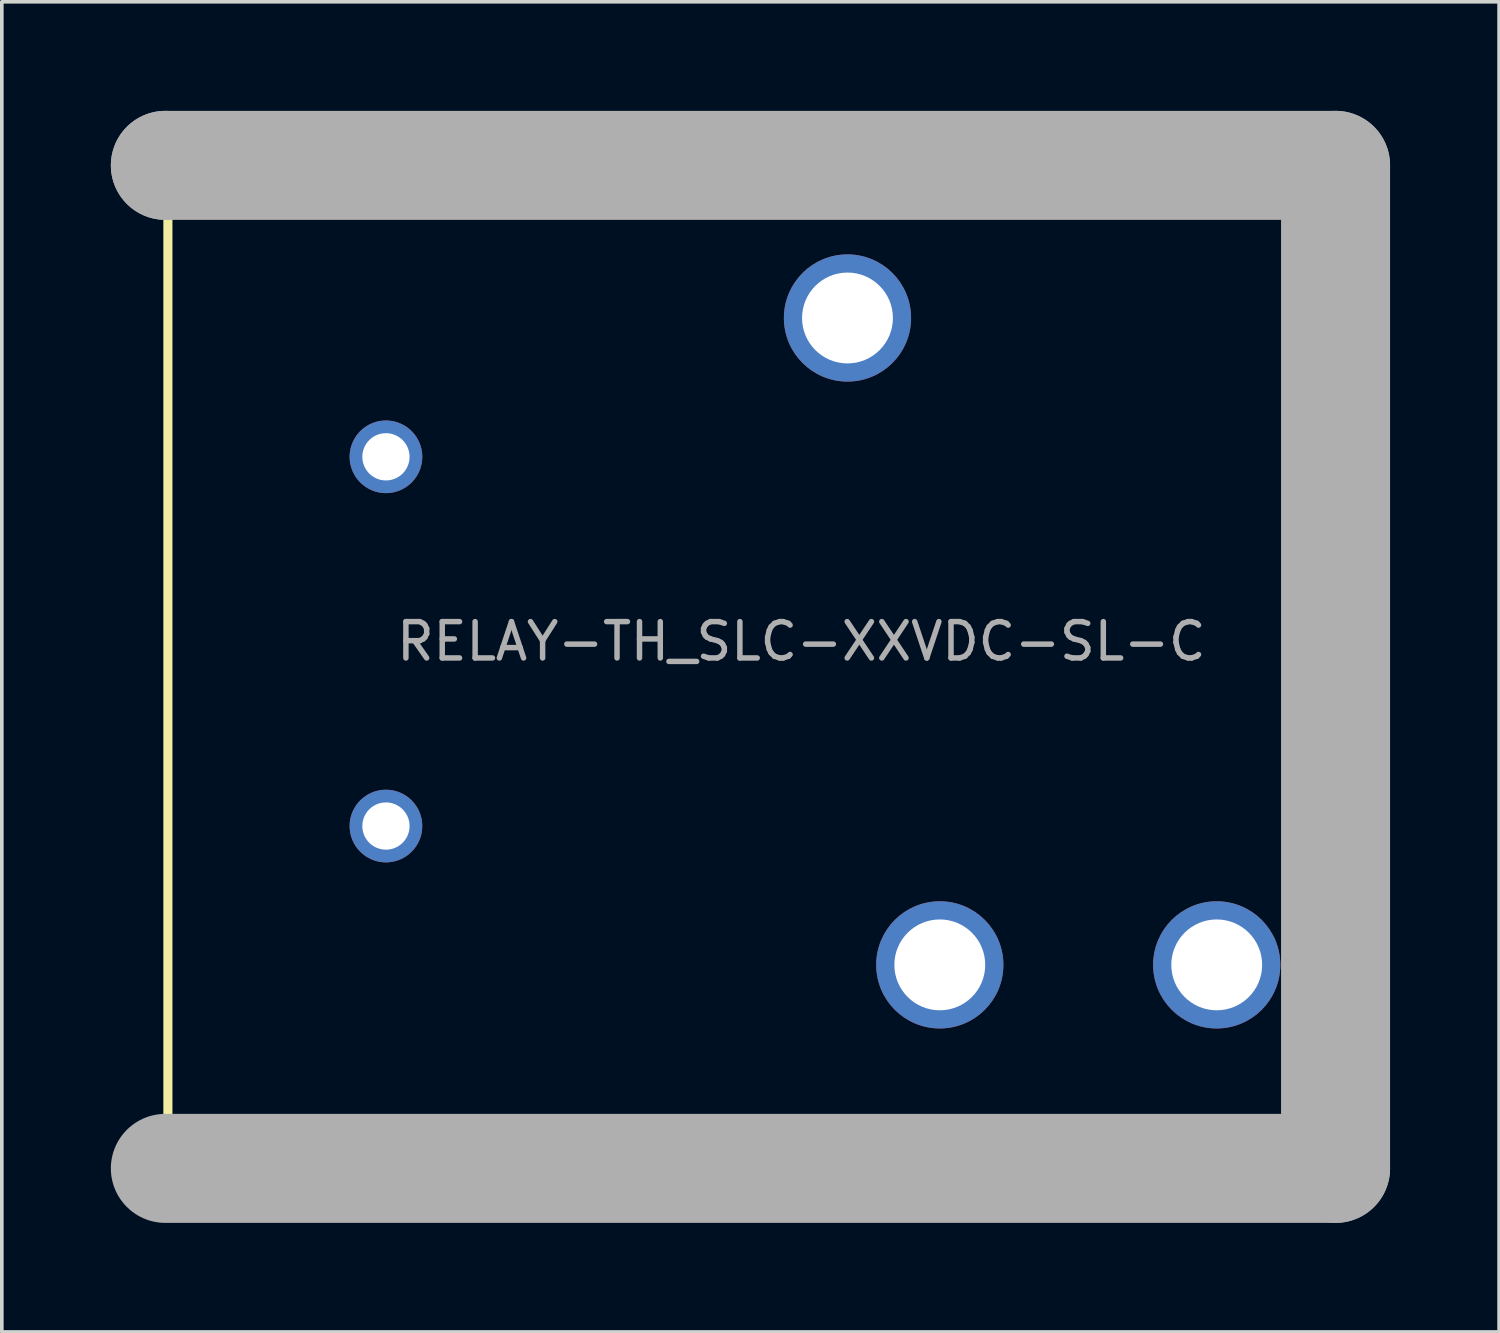
<source format=kicad_pcb>
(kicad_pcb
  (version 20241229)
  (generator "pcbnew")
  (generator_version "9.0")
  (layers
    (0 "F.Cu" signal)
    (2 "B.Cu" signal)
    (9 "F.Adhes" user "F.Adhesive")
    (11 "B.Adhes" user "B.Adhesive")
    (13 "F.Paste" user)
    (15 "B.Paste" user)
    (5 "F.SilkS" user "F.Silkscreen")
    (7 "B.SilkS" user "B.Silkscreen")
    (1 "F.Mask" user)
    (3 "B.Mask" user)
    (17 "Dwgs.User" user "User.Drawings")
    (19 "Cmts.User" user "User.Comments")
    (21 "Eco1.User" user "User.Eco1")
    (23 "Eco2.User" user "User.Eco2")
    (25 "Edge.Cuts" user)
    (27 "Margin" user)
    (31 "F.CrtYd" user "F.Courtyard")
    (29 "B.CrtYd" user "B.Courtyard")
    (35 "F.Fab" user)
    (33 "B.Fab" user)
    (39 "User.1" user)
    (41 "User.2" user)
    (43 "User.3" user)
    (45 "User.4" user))
  (footprint "RELAY-TH_SLC-XXVDC-SL-C"
    (layer "F.Cu")
    (at 19 14.6)
    (property "Reference" "RELAY-TH_SLC-XXVDC-SL-C" (at 0 -12.9 0) (layer "F.SilkS") (effects (font (size 1 1) (thickness 0.15))))
    (attr through_hole)
    (fp_line (start -17.43 13.8) (end -17.43 -12.4) (stroke (width 0.25) (type solid)) (layer "F.SilkS"))
    (fp_line (start 14.75 -12.4) (end 14.75 13.8) (stroke (width 0.25) (type solid)) (layer "F.SilkS"))
    (fp_line (start -17.5 -13.1) (end -17.5 -13.1) (stroke (width 3) (type solid)) (layer "F.Fab"))
    (fp_line (start -17.5 -13.1) (end 14.7 -13.1) (stroke (width 3) (type solid)) (layer "F.Fab"))
    (fp_line (start 14.7 -13.1) (end 14.7 14.5) (stroke (width 3) (type solid)) (layer "F.Fab"))
    (fp_line (start 14.7 14.5) (end -17.5 14.5) (stroke (width 3) (type solid)) (layer "F.Fab"))
    (fp_circle (center -17.63 14.63) (end -17.6 14.63) (stroke (width 0.06) (type solid)) (fill no) (layer "F.Fab"))
    (fp_circle (center -11.43 -5.08) (end -11.15 -5.08) (stroke (width 0.55) (type solid)) (fill no) (layer "F.Fab"))
    (fp_circle (center -11.43 5.08) (end -11.15 5.08) (stroke (width 0.55) (type solid)) (fill no) (layer "F.Fab"))
    (fp_circle (center 1.27 -8.9) (end 1.85 -8.9) (stroke (width 1.15) (type solid)) (fill no) (layer "F.Fab"))
    (fp_circle (center 3.81 8.9) (end 4.39 8.9) (stroke (width 1.15) (type solid)) (fill no) (layer "F.Fab"))
    (fp_circle (center 11.43 8.9) (end 12.01 8.9) (stroke (width 1.15) (type solid)) (fill no) (layer "F.Fab"))
    (fp_text user "${REFERENCE}" (at 0 0 0) (layer "F.Fab") (effects (font (size 1 1) (thickness 0.15))))
    (pad "1" thru_hole circle (at -11.43 5.08) (size 2 2) (drill 1.3) (layers "*.Cu" "*.Mask"))
    (pad "2" thru_hole circle (at 1.27 -8.9) (size 3.5 3.5) (drill 2.5) (layers "*.Cu" "*.Mask"))
    (pad "3" thru_hole circle (at 11.43 8.9) (size 3.5 3.5) (drill 2.5) (layers "*.Cu" "*.Mask"))
    (pad "4" thru_hole circle (at 3.81 8.9) (size 3.5 3.5) (drill 2.5) (layers "*.Cu" "*.Mask"))
    (pad "5" thru_hole circle (at -11.43 -5.08) (size 2 2) (drill 1.3) (layers "*.Cu" "*.Mask")))
  (gr_rect
    (start -3 -3)
    (end 38.2 33.6)
    (stroke (width 0.1) (type default))
    (fill no)
    (layer "Edge.Cuts")))
</source>
